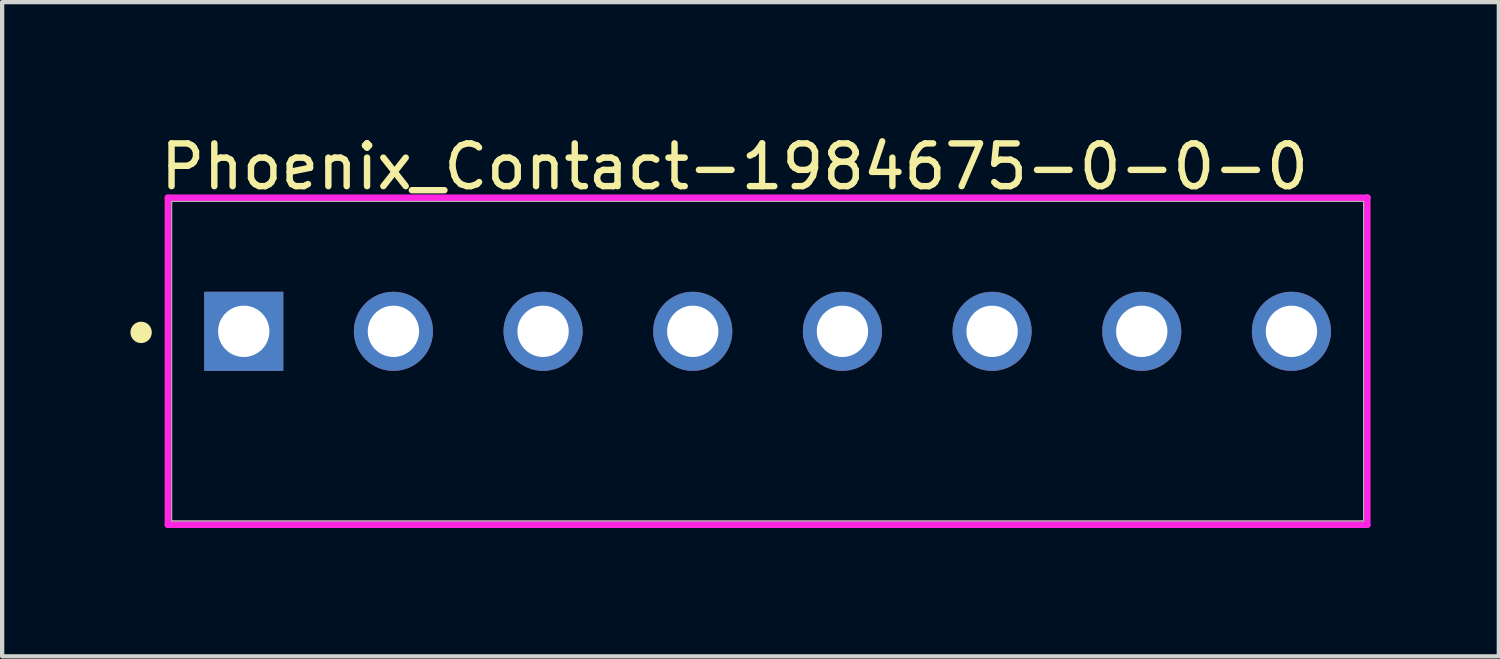
<source format=kicad_pcb>
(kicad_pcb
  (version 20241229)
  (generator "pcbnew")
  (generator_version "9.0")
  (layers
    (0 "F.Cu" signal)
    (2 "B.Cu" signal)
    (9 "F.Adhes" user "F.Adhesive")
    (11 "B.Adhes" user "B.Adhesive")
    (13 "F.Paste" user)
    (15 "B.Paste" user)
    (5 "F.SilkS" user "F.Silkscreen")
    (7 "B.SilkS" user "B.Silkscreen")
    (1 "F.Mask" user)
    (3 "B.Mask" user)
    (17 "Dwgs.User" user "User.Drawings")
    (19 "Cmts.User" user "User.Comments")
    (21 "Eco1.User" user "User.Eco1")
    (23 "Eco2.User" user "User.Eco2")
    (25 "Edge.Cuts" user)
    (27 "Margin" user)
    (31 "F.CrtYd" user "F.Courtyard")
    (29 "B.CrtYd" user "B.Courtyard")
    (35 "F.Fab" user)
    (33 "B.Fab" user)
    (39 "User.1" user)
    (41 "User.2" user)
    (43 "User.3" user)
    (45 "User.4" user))
  (footprint "Phoenix_Contact-1984675-0-0-0"
    (layer "F.Cu")
    (at 14.9 5.398)
    (property "Reference" "Phoenix_Contact-1984675-0-0-0" (at -14.275 -4.55 0) (layer "F.SilkS") (effects (font (size 1 1) (thickness 0.15)) (justify left)))
    (attr through_hole)
    (fp_line (start -14 -3.8) (end 14 -3.8) (stroke (width 0.15) (type solid)) (layer "F.SilkS"))
    (fp_line (start -14 3.8) (end -14 -3.8) (stroke (width 0.15) (type solid)) (layer "F.SilkS"))
    (fp_line (start 14 -3.8) (end 14 3.8) (stroke (width 0.15) (type solid)) (layer "F.SilkS"))
    (fp_line (start 14 3.8) (end -14 3.8) (stroke (width 0.15) (type solid)) (layer "F.SilkS"))
    (fp_circle (center -14.65 -0.675) (end -14.525 -0.675) (stroke (width 0.25) (type solid)) (fill no) (layer "F.SilkS"))
    (fp_line (start -14.025 -3.825) (end -14.025 3.825) (stroke (width 0.15) (type solid)) (layer "F.CrtYd"))
    (fp_line (start -14.025 3.825) (end 14.025 3.825) (stroke (width 0.15) (type solid)) (layer "F.CrtYd"))
    (fp_line (start 14.025 -3.825) (end -14.025 -3.825) (stroke (width 0.15) (type solid)) (layer "F.CrtYd"))
    (fp_line (start 14.025 -3.825) (end 14.025 -3.825) (stroke (width 0.15) (type solid)) (layer "F.CrtYd"))
    (fp_line (start 14.025 3.825) (end 14.025 -3.825) (stroke (width 0.15) (type solid)) (layer "F.CrtYd"))
    (fp_line (start -14 -3.8) (end 14 -3.8) (stroke (width 0.15) (type solid)) (layer "F.Fab"))
    (fp_line (start -14 3.8) (end -14 -3.8) (stroke (width 0.15) (type solid)) (layer "F.Fab"))
    (fp_line (start 14 -3.8) (end 14 3.8) (stroke (width 0.15) (type solid)) (layer "F.Fab"))
    (fp_line (start 14 3.8) (end -14 3.8) (stroke (width 0.15) (type solid)) (layer "F.Fab"))
    (pad "1" thru_hole rect (at -12.25 -0.7) (size 1.85 1.85) (drill 1.2) (layers "*.Cu" "*.Mask"))
    (pad "2" thru_hole circle (at -8.75 -0.7) (size 1.85 1.85) (drill 1.2) (layers "*.Cu" "*.Mask"))
    (pad "3" thru_hole circle (at -5.25 -0.7) (size 1.85 1.85) (drill 1.2) (layers "*.Cu" "*.Mask"))
    (pad "4" thru_hole circle (at -1.75 -0.7) (size 1.85 1.85) (drill 1.2) (layers "*.Cu" "*.Mask"))
    (pad "5" thru_hole circle (at 1.75 -0.7) (size 1.85 1.85) (drill 1.2) (layers "*.Cu" "*.Mask"))
    (pad "6" thru_hole circle (at 5.25 -0.7) (size 1.85 1.85) (drill 1.2) (layers "*.Cu" "*.Mask"))
    (pad "7" thru_hole circle (at 8.75 -0.7) (size 1.85 1.85) (drill 1.2) (layers "*.Cu" "*.Mask"))
    (pad "8" thru_hole circle (at 12.25 -0.7) (size 1.85 1.85) (drill 1.2) (layers "*.Cu" "*.Mask")))
  (gr_rect
    (start -3 -3)
    (end 32 12.298)
    (stroke (width 0.1) (type default))
    (fill no)
    (layer "Edge.Cuts")))
</source>
